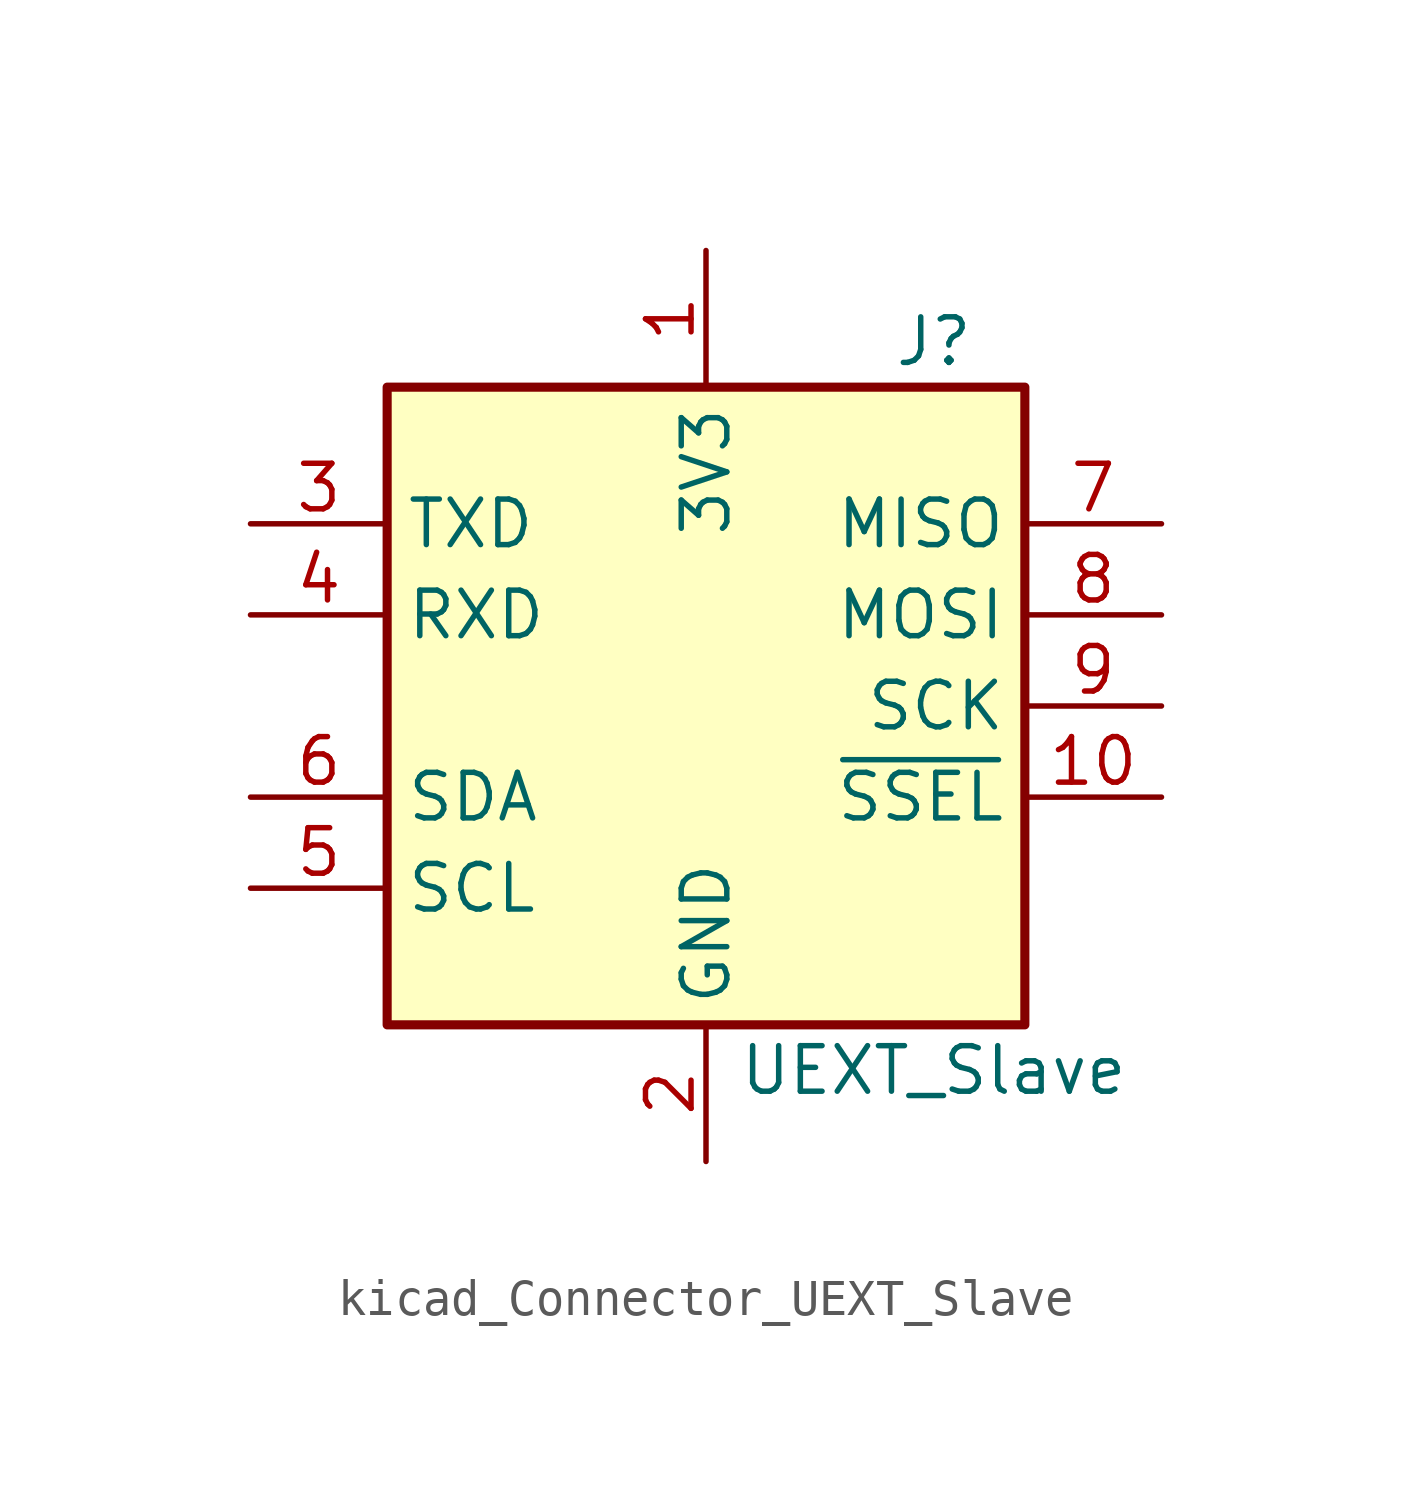
<source format=kicad_sym>
(kicad_symbol_lib
  (version 20220914)
  (generator kicad_symbol_editor)
  (symbol "kicad_Connector_UEXT_Slave"
    (property "Reference" "J"
      (at 6.35 10.16 0)
      (effects (font (size 1.27 1.27))))
    (property "Value" "UEXT_Slave"
      (at 6.35 -10.16 0)
      (effects (font (size 1.27 1.27))))
    (symbol "kicad_Connector_UEXT_Slave_1_1"
      (rectangle (start -8.89 8.89) (end 8.89 -8.89) (stroke (width 0.254) (type default)) (fill (type background)))
      (pin power_out line (at 0 12.7 270) (length 3.81) (name "3V3" (effects (font (size 1.27 1.27)))) (number "1" (effects (font (size 1.27 1.27)))))
      (pin input line (at 12.7 -2.54 180) (length 3.81) (name "~{SSEL}" (effects (font (size 1.27 1.27)))) (number "10" (effects (font (size 1.27 1.27)))))
      (pin power_in line (at 0 -12.7 90) (length 3.81) (name "GND" (effects (font (size 1.27 1.27)))) (number "2" (effects (font (size 1.27 1.27)))))
      (pin input line (at -12.7 5.08 0) (length 3.81) (name "TXD" (effects (font (size 1.27 1.27)))) (number "3" (effects (font (size 1.27 1.27)))))
      (pin output line (at -12.7 2.54 0) (length 3.81) (name "RXD" (effects (font (size 1.27 1.27)))) (number "4" (effects (font (size 1.27 1.27)))))
      (pin input line (at -12.7 -5.08 0) (length 3.81) (name "SCL" (effects (font (size 1.27 1.27)))) (number "5" (effects (font (size 1.27 1.27)))))
      (pin bidirectional line (at -12.7 -2.54 0) (length 3.81) (name "SDA" (effects (font (size 1.27 1.27)))) (number "6" (effects (font (size 1.27 1.27)))))
      (pin input line (at 12.7 5.08 180) (length 3.81) (name "MISO" (effects (font (size 1.27 1.27)))) (number "7" (effects (font (size 1.27 1.27)))))
      (pin output line (at 12.7 2.54 180) (length 3.81) (name "MOSI" (effects (font (size 1.27 1.27)))) (number "8" (effects (font (size 1.27 1.27)))))
      (pin input line (at 12.7 0 180) (length 3.81) (name "SCK" (effects (font (size 1.27 1.27)))) (number "9" (effects (font (size 1.27 1.27))))))))
</source>
